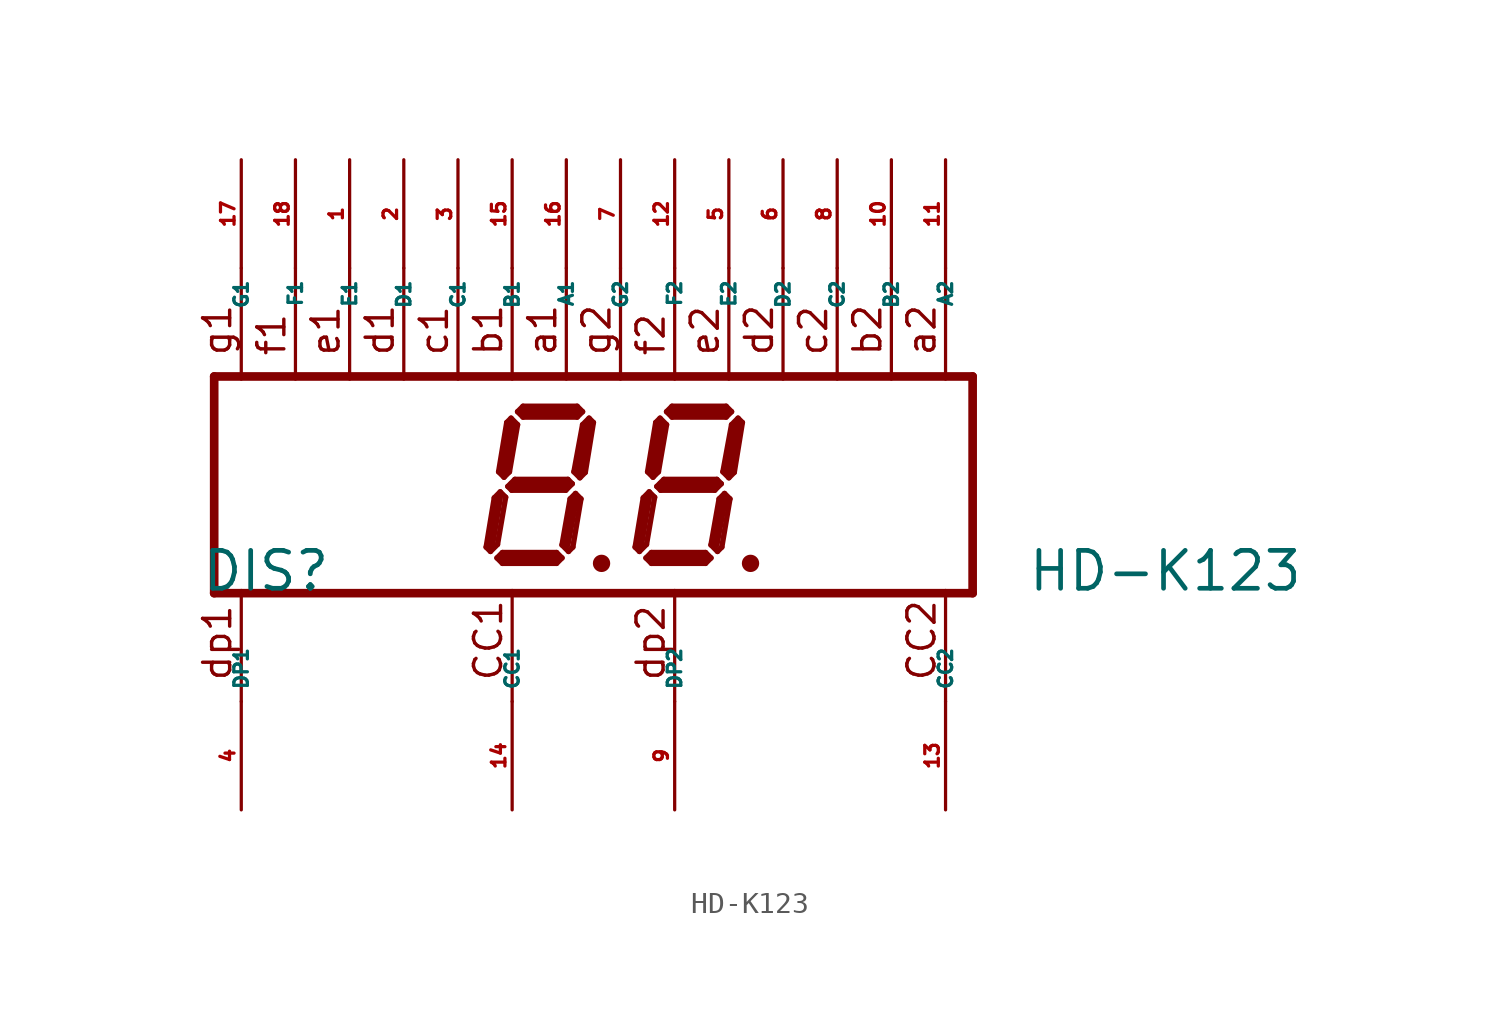
<source format=kicad_sym>
(kicad_symbol_lib
  (version 20220914)
  (generator Eagle2Kicad)
  (symbol "HD-K123"
    (property "Reference" "DIS"
      (at -19.685 -5.08 0)
      (effects (font (size 1.778 1.778) (thickness 0.22)) (justify left bottom)))
    (property "Value" "HD-K123"
      (at 19.05 -5.08 0)
      (effects (font (size 1.778 1.778) (thickness 0.22)) (justify left bottom)))
    (polyline
      (pts (xy -1.016 -3.683) (xy -0.762 -3.683))
      (stroke (width 0.305) (type default))
      (fill (type none)))
    (polyline
      (pts (xy -1.473 3.124) (xy -1.778 2.819))
      (stroke (width 0.254) (type default))
      (fill (type none)))
    (polyline
      (pts (xy -1.778 2.819) (xy -2.184 0.61))
      (stroke (width 0.254) (type default))
      (fill (type none)))
    (polyline
      (pts (xy -2.184 0.61) (xy -1.905 0.33))
      (stroke (width 0.254) (type default))
      (fill (type none)))
    (polyline
      (pts (xy -1.905 0.33) (xy -1.651 0.584))
      (stroke (width 0.254) (type default))
      (fill (type none)))
    (polyline
      (pts (xy -1.651 0.584) (xy -1.27 2.921))
      (stroke (width 0.254) (type default))
      (fill (type none)))
    (polyline
      (pts (xy -1.27 2.921) (xy -1.473 3.124))
      (stroke (width 0.254) (type default))
      (fill (type none)))
    (polyline
      (pts (xy -1.778 3.429) (xy -2.032 3.175))
      (stroke (width 0.254) (type default))
      (fill (type none)))
    (polyline
      (pts (xy -2.032 3.175) (xy -4.572 3.175))
      (stroke (width 0.254) (type default))
      (fill (type none)))
    (polyline
      (pts (xy -4.572 3.175) (xy -4.826 3.429))
      (stroke (width 0.254) (type default))
      (fill (type none)))
    (polyline
      (pts (xy -4.826 3.429) (xy -4.572 3.683))
      (stroke (width 0.254) (type default))
      (fill (type none)))
    (polyline
      (pts (xy -4.572 3.683) (xy -2.032 3.683))
      (stroke (width 0.254) (type default))
      (fill (type none)))
    (polyline
      (pts (xy -2.032 3.683) (xy -1.778 3.429))
      (stroke (width 0.254) (type default))
      (fill (type none)))
    (polyline
      (pts (xy -5.131 3.124) (xy -4.826 2.819))
      (stroke (width 0.254) (type default))
      (fill (type none)))
    (polyline
      (pts (xy -4.826 2.819) (xy -5.207 0.61))
      (stroke (width 0.254) (type default))
      (fill (type none)))
    (polyline
      (pts (xy -5.207 0.61) (xy -5.461 0.356))
      (stroke (width 0.254) (type default))
      (fill (type none)))
    (polyline
      (pts (xy -5.461 0.356) (xy -5.715 0.61))
      (stroke (width 0.254) (type default))
      (fill (type none)))
    (polyline
      (pts (xy -5.715 0.61) (xy -5.334 2.921))
      (stroke (width 0.254) (type default))
      (fill (type none)))
    (polyline
      (pts (xy -5.334 2.921) (xy -5.131 3.124))
      (stroke (width 0.254) (type default))
      (fill (type none)))
    (polyline
      (pts (xy -5.283 -0.076) (xy -4.953 0.254))
      (stroke (width 0.254) (type default))
      (fill (type none)))
    (polyline
      (pts (xy -4.953 0.254) (xy -2.464 0.254))
      (stroke (width 0.254) (type default))
      (fill (type none)))
    (polyline
      (pts (xy -2.464 0.254) (xy -2.261 0.051))
      (stroke (width 0.254) (type default))
      (fill (type none)))
    (polyline
      (pts (xy -2.261 0.051) (xy -2.565 -0.254))
      (stroke (width 0.254) (type default))
      (fill (type none)))
    (polyline
      (pts (xy -2.565 -0.254) (xy -5.105 -0.254))
      (stroke (width 0.254) (type default))
      (fill (type none)))
    (polyline
      (pts (xy -5.105 -0.254) (xy -5.283 -0.076))
      (stroke (width 0.254) (type default))
      (fill (type none)))
    (polyline
      (pts (xy -5.639 -0.33) (xy -5.385 -0.584))
      (stroke (width 0.254) (type default))
      (fill (type none)))
    (polyline
      (pts (xy -6.096 -3.124) (xy -5.766 -2.794))
      (stroke (width 0.254) (type default))
      (fill (type none)))
    (polyline
      (pts (xy -5.766 -2.794) (xy -5.385 -0.584))
      (stroke (width 0.254) (type default))
      (fill (type none)))
    (polyline
      (pts (xy -5.639 -0.33) (xy -5.918 -0.61))
      (stroke (width 0.254) (type default))
      (fill (type none)))
    (polyline
      (pts (xy -5.918 -0.61) (xy -6.299 -2.921))
      (stroke (width 0.254) (type default))
      (fill (type none)))
    (polyline
      (pts (xy -6.299 -2.921) (xy -6.096 -3.124))
      (stroke (width 0.254) (type default))
      (fill (type none)))
    (polyline
      (pts (xy -5.791 -3.429) (xy -5.537 -3.175))
      (stroke (width 0.254) (type default))
      (fill (type none)))
    (polyline
      (pts (xy -5.537 -3.175) (xy -2.997 -3.175))
      (stroke (width 0.254) (type default))
      (fill (type none)))
    (polyline
      (pts (xy -2.997 -3.175) (xy -2.743 -3.429))
      (stroke (width 0.254) (type default))
      (fill (type none)))
    (polyline
      (pts (xy -2.743 -3.429) (xy -2.997 -3.683))
      (stroke (width 0.254) (type default))
      (fill (type none)))
    (polyline
      (pts (xy -2.997 -3.683) (xy -5.537 -3.683))
      (stroke (width 0.254) (type default))
      (fill (type none)))
    (polyline
      (pts (xy -5.537 -3.683) (xy -5.791 -3.429))
      (stroke (width 0.254) (type default))
      (fill (type none)))
    (polyline
      (pts (xy -2.108 -0.406) (xy -2.362 -0.66))
      (stroke (width 0.254) (type default))
      (fill (type none)))
    (polyline
      (pts (xy -2.362 -0.66) (xy -2.743 -2.819))
      (stroke (width 0.254) (type default))
      (fill (type none)))
    (polyline
      (pts (xy -2.743 -2.819) (xy -2.438 -3.124))
      (stroke (width 0.254) (type default))
      (fill (type none)))
    (polyline
      (pts (xy -2.438 -3.124) (xy -2.235 -2.921))
      (stroke (width 0.254) (type default))
      (fill (type none)))
    (polyline
      (pts (xy -2.235 -2.921) (xy -1.854 -0.66))
      (stroke (width 0.254) (type default))
      (fill (type none)))
    (polyline
      (pts (xy -1.854 -0.66) (xy -2.108 -0.406))
      (stroke (width 0.254) (type default))
      (fill (type none)))
    (polyline
      (pts (xy -1.524 2.794) (xy -1.905 0.635))
      (stroke (width 0.406) (type default))
      (fill (type none)))
    (polyline
      (pts (xy -2.032 3.429) (xy -4.572 3.429))
      (stroke (width 0.406) (type default))
      (fill (type none)))
    (polyline
      (pts (xy -5.08 2.794) (xy -5.461 0.635))
      (stroke (width 0.406) (type default))
      (fill (type none)))
    (polyline
      (pts (xy -5.08 0) (xy -2.54 0))
      (stroke (width 0.406) (type default))
      (fill (type none)))
    (polyline
      (pts (xy -2.159 -0.762) (xy -2.54 -2.794))
      (stroke (width 0.406) (type default))
      (fill (type none)))
    (polyline
      (pts (xy -3.048 -3.429) (xy -5.461 -3.429))
      (stroke (width 0.406) (type default))
      (fill (type none)))
    (polyline
      (pts (xy -6.096 -2.921) (xy -5.715 -0.635))
      (stroke (width 0.406) (type default))
      (fill (type none)))
    (polyline
      (pts (xy -19.05 5.08) (xy -19.05 -5.08))
      (stroke (width 0.406) (type default))
      (fill (type none)))
    (polyline
      (pts (xy -5.08 4.953) (xy -5.08 10.16))
      (stroke (width 0.152) (type default))
      (fill (type none)))
    (polyline
      (pts (xy -17.78 4.953) (xy -17.78 10.16))
      (stroke (width 0.152) (type default))
      (fill (type none)))
    (polyline
      (pts (xy -10.16 4.953) (xy -10.16 10.16))
      (stroke (width 0.152) (type default))
      (fill (type none)))
    (polyline
      (pts (xy -15.24 4.953) (xy -15.24 10.16))
      (stroke (width 0.152) (type default))
      (fill (type none)))
    (polyline
      (pts (xy -2.54 4.953) (xy -2.54 10.16))
      (stroke (width 0.152) (type default))
      (fill (type none)))
    (polyline
      (pts (xy -5.08 -10.16) (xy -5.08 -4.953))
      (stroke (width 0.152) (type default))
      (fill (type none)))
    (polyline
      (pts (xy -12.7 4.953) (xy -12.7 10.16))
      (stroke (width 0.152) (type default))
      (fill (type none)))
    (polyline
      (pts (xy -7.62 4.953) (xy -7.62 10.16))
      (stroke (width 0.152) (type default))
      (fill (type none)))
    (polyline
      (pts (xy -17.78 -10.16) (xy -17.78 -4.953))
      (stroke (width 0.152) (type default))
      (fill (type none)))
    (polyline
      (pts (xy 5.969 -3.683) (xy 6.223 -3.683))
      (stroke (width 0.305) (type default))
      (fill (type none)))
    (polyline
      (pts (xy 5.512 3.124) (xy 5.207 2.819))
      (stroke (width 0.254) (type default))
      (fill (type none)))
    (polyline
      (pts (xy 5.207 2.819) (xy 4.801 0.61))
      (stroke (width 0.254) (type default))
      (fill (type none)))
    (polyline
      (pts (xy 4.801 0.61) (xy 5.08 0.33))
      (stroke (width 0.254) (type default))
      (fill (type none)))
    (polyline
      (pts (xy 5.08 0.33) (xy 5.334 0.584))
      (stroke (width 0.254) (type default))
      (fill (type none)))
    (polyline
      (pts (xy 5.334 0.584) (xy 5.715 2.921))
      (stroke (width 0.254) (type default))
      (fill (type none)))
    (polyline
      (pts (xy 5.715 2.921) (xy 5.512 3.124))
      (stroke (width 0.254) (type default))
      (fill (type none)))
    (polyline
      (pts (xy 5.207 3.429) (xy 4.953 3.175))
      (stroke (width 0.254) (type default))
      (fill (type none)))
    (polyline
      (pts (xy 4.953 3.175) (xy 2.413 3.175))
      (stroke (width 0.254) (type default))
      (fill (type none)))
    (polyline
      (pts (xy 2.413 3.175) (xy 2.159 3.429))
      (stroke (width 0.254) (type default))
      (fill (type none)))
    (polyline
      (pts (xy 2.159 3.429) (xy 2.413 3.683))
      (stroke (width 0.254) (type default))
      (fill (type none)))
    (polyline
      (pts (xy 2.413 3.683) (xy 4.953 3.683))
      (stroke (width 0.254) (type default))
      (fill (type none)))
    (polyline
      (pts (xy 4.953 3.683) (xy 5.207 3.429))
      (stroke (width 0.254) (type default))
      (fill (type none)))
    (polyline
      (pts (xy 1.854 3.124) (xy 2.159 2.819))
      (stroke (width 0.254) (type default))
      (fill (type none)))
    (polyline
      (pts (xy 2.159 2.819) (xy 1.778 0.61))
      (stroke (width 0.254) (type default))
      (fill (type none)))
    (polyline
      (pts (xy 1.778 0.61) (xy 1.524 0.356))
      (stroke (width 0.254) (type default))
      (fill (type none)))
    (polyline
      (pts (xy 1.524 0.356) (xy 1.27 0.61))
      (stroke (width 0.254) (type default))
      (fill (type none)))
    (polyline
      (pts (xy 1.27 0.61) (xy 1.651 2.921))
      (stroke (width 0.254) (type default))
      (fill (type none)))
    (polyline
      (pts (xy 1.651 2.921) (xy 1.854 3.124))
      (stroke (width 0.254) (type default))
      (fill (type none)))
    (polyline
      (pts (xy 1.702 -0.076) (xy 2.032 0.254))
      (stroke (width 0.254) (type default))
      (fill (type none)))
    (polyline
      (pts (xy 2.032 0.254) (xy 4.521 0.254))
      (stroke (width 0.254) (type default))
      (fill (type none)))
    (polyline
      (pts (xy 4.521 0.254) (xy 4.724 0.051))
      (stroke (width 0.254) (type default))
      (fill (type none)))
    (polyline
      (pts (xy 4.724 0.051) (xy 4.42 -0.254))
      (stroke (width 0.254) (type default))
      (fill (type none)))
    (polyline
      (pts (xy 4.42 -0.254) (xy 1.88 -0.254))
      (stroke (width 0.254) (type default))
      (fill (type none)))
    (polyline
      (pts (xy 1.88 -0.254) (xy 1.702 -0.076))
      (stroke (width 0.254) (type default))
      (fill (type none)))
    (polyline
      (pts (xy 1.346 -0.33) (xy 1.6 -0.584))
      (stroke (width 0.254) (type default))
      (fill (type none)))
    (polyline
      (pts (xy 0.889 -3.124) (xy 1.219 -2.794))
      (stroke (width 0.254) (type default))
      (fill (type none)))
    (polyline
      (pts (xy 1.219 -2.794) (xy 1.6 -0.584))
      (stroke (width 0.254) (type default))
      (fill (type none)))
    (polyline
      (pts (xy 1.346 -0.33) (xy 1.067 -0.61))
      (stroke (width 0.254) (type default))
      (fill (type none)))
    (polyline
      (pts (xy 1.067 -0.61) (xy 0.686 -2.921))
      (stroke (width 0.254) (type default))
      (fill (type none)))
    (polyline
      (pts (xy 0.686 -2.921) (xy 0.889 -3.124))
      (stroke (width 0.254) (type default))
      (fill (type none)))
    (polyline
      (pts (xy 1.194 -3.429) (xy 1.448 -3.175))
      (stroke (width 0.254) (type default))
      (fill (type none)))
    (polyline
      (pts (xy 1.448 -3.175) (xy 3.988 -3.175))
      (stroke (width 0.254) (type default))
      (fill (type none)))
    (polyline
      (pts (xy 3.988 -3.175) (xy 4.242 -3.429))
      (stroke (width 0.254) (type default))
      (fill (type none)))
    (polyline
      (pts (xy 4.242 -3.429) (xy 3.988 -3.683))
      (stroke (width 0.254) (type default))
      (fill (type none)))
    (polyline
      (pts (xy 3.988 -3.683) (xy 1.448 -3.683))
      (stroke (width 0.254) (type default))
      (fill (type none)))
    (polyline
      (pts (xy 1.448 -3.683) (xy 1.194 -3.429))
      (stroke (width 0.254) (type default))
      (fill (type none)))
    (polyline
      (pts (xy 4.877 -0.406) (xy 4.623 -0.66))
      (stroke (width 0.254) (type default))
      (fill (type none)))
    (polyline
      (pts (xy 4.623 -0.66) (xy 4.242 -2.819))
      (stroke (width 0.254) (type default))
      (fill (type none)))
    (polyline
      (pts (xy 4.242 -2.819) (xy 4.547 -3.124))
      (stroke (width 0.254) (type default))
      (fill (type none)))
    (polyline
      (pts (xy 4.547 -3.124) (xy 4.75 -2.921))
      (stroke (width 0.254) (type default))
      (fill (type none)))
    (polyline
      (pts (xy 4.75 -2.921) (xy 5.131 -0.66))
      (stroke (width 0.254) (type default))
      (fill (type none)))
    (polyline
      (pts (xy 5.131 -0.66) (xy 4.877 -0.406))
      (stroke (width 0.254) (type default))
      (fill (type none)))
    (polyline
      (pts (xy 5.461 2.794) (xy 5.08 0.635))
      (stroke (width 0.406) (type default))
      (fill (type none)))
    (polyline
      (pts (xy 4.953 3.429) (xy 2.413 3.429))
      (stroke (width 0.406) (type default))
      (fill (type none)))
    (polyline
      (pts (xy 1.905 2.794) (xy 1.524 0.635))
      (stroke (width 0.406) (type default))
      (fill (type none)))
    (polyline
      (pts (xy 1.905 0) (xy 4.445 0))
      (stroke (width 0.406) (type default))
      (fill (type none)))
    (polyline
      (pts (xy 4.826 -0.762) (xy 4.445 -2.794))
      (stroke (width 0.406) (type default))
      (fill (type none)))
    (polyline
      (pts (xy 3.937 -3.429) (xy 1.524 -3.429))
      (stroke (width 0.406) (type default))
      (fill (type none)))
    (polyline
      (pts (xy 0.889 -2.921) (xy 1.27 -0.635))
      (stroke (width 0.406) (type default))
      (fill (type none)))
    (polyline
      (pts (xy -19.05 5.08) (xy 16.51 5.08))
      (stroke (width 0.406) (type default))
      (fill (type none)))
    (polyline
      (pts (xy 16.51 -5.08) (xy 16.51 5.08))
      (stroke (width 0.406) (type default))
      (fill (type none)))
    (polyline
      (pts (xy 12.7 4.953) (xy 12.7 10.16))
      (stroke (width 0.152) (type default))
      (fill (type none)))
    (polyline
      (pts (xy 0 4.953) (xy 0 10.16))
      (stroke (width 0.152) (type default))
      (fill (type none)))
    (polyline
      (pts (xy 7.62 4.953) (xy 7.62 10.16))
      (stroke (width 0.152) (type default))
      (fill (type none)))
    (polyline
      (pts (xy 2.54 4.953) (xy 2.54 10.16))
      (stroke (width 0.152) (type default))
      (fill (type none)))
    (polyline
      (pts (xy 15.24 4.953) (xy 15.24 10.16))
      (stroke (width 0.152) (type default))
      (fill (type none)))
    (polyline
      (pts (xy 15.24 -10.16) (xy 15.24 -4.953))
      (stroke (width 0.152) (type default))
      (fill (type none)))
    (polyline
      (pts (xy 5.08 4.953) (xy 5.08 10.16))
      (stroke (width 0.152) (type default))
      (fill (type none)))
    (polyline
      (pts (xy 10.16 4.953) (xy 10.16 10.16))
      (stroke (width 0.152) (type default))
      (fill (type none)))
    (polyline
      (pts (xy 2.54 -10.16) (xy 2.54 -4.953))
      (stroke (width 0.152) (type default))
      (fill (type none)))
    (polyline
      (pts (xy 16.51 -5.08) (xy -19.05 -5.08))
      (stroke (width 0.406) (type default))
      (fill (type none)))
    (text "dp1"
      (at -18.161 -9.271 900)
      (effects (font (size 1.27 1.27) (thickness 0.16)) (justify left bottom)))
    (text "CC1"
      (at -5.461 -9.271 900)
      (effects (font (size 1.27 1.27) (thickness 0.16)) (justify left bottom)))
    (text "dp2"
      (at 2.159 -9.271 900)
      (effects (font (size 1.27 1.27) (thickness 0.16)) (justify left bottom)))
    (text "CC2"
      (at 14.859 -9.271 900)
      (effects (font (size 1.27 1.27) (thickness 0.16)) (justify left bottom)))
    (text "a1"
      (at -2.921 5.969 900)
      (effects (font (size 1.27 1.27) (thickness 0.16)) (justify left bottom)))
    (text "b1"
      (at -5.461 5.969 900)
      (effects (font (size 1.27 1.27) (thickness 0.16)) (justify left bottom)))
    (text "c1"
      (at -8.001 5.969 900)
      (effects (font (size 1.27 1.27) (thickness 0.16)) (justify left bottom)))
    (text "d1"
      (at -10.541 5.969 900)
      (effects (font (size 1.27 1.27) (thickness 0.16)) (justify left bottom)))
    (text "e1"
      (at -13.081 5.969 900)
      (effects (font (size 1.27 1.27) (thickness 0.16)) (justify left bottom)))
    (text "f1"
      (at -15.621 5.969 900)
      (effects (font (size 1.27 1.27) (thickness 0.16)) (justify left bottom)))
    (text "g1"
      (at -18.161 5.969 900)
      (effects (font (size 1.27 1.27) (thickness 0.16)) (justify left bottom)))
    (text "a2"
      (at 14.859 5.969 900)
      (effects (font (size 1.27 1.27) (thickness 0.16)) (justify left bottom)))
    (text "b2"
      (at 12.319 5.969 900)
      (effects (font (size 1.27 1.27) (thickness 0.16)) (justify left bottom)))
    (text "c2"
      (at 9.779 5.969 900)
      (effects (font (size 1.27 1.27) (thickness 0.16)) (justify left bottom)))
    (text "d2"
      (at 7.239 5.969 900)
      (effects (font (size 1.27 1.27) (thickness 0.16)) (justify left bottom)))
    (text "e2"
      (at 4.699 5.969 900)
      (effects (font (size 1.27 1.27) (thickness 0.16)) (justify left bottom)))
    (text "f2"
      (at 2.159 5.969 900)
      (effects (font (size 1.27 1.27) (thickness 0.16)) (justify left bottom)))
    (text "g2"
      (at -0.381 5.969 900)
      (effects (font (size 1.27 1.27) (thickness 0.16)) (justify left bottom)))
    (circle
      (center -0.889 -3.683)
      (radius 0.254)
      (stroke (width 0.305) (type default))
      (fill (type none)))
    (circle
      (center 6.096 -3.683)
      (radius 0.254)
      (stroke (width 0.305) (type default))
      (fill (type none)))
    (pin passive line
      (at -17.78 15.24 270)
      (length 5.08)
      (name "G1" (effects (font (size 0.635 0.635) (thickness 0.08)) (justify left bottom)))
      (number "17" (effects (font (size 0.635 0.635) (thickness 0.08)) (justify left bottom))))
    (pin passive line
      (at -15.24 15.24 270)
      (length 5.08)
      (name "F1" (effects (font (size 0.635 0.635) (thickness 0.08)) (justify left bottom)))
      (number "18" (effects (font (size 0.635 0.635) (thickness 0.08)) (justify left bottom))))
    (pin passive line
      (at -10.16 15.24 270)
      (length 5.08)
      (name "D1" (effects (font (size 0.635 0.635) (thickness 0.08)) (justify left bottom)))
      (number "2" (effects (font (size 0.635 0.635) (thickness 0.08)) (justify left bottom))))
    (pin passive line
      (at -5.08 15.24 270)
      (length 5.08)
      (name "B1" (effects (font (size 0.635 0.635) (thickness 0.08)) (justify left bottom)))
      (number "15" (effects (font (size 0.635 0.635) (thickness 0.08)) (justify left bottom))))
    (pin passive line
      (at -2.54 15.24 270)
      (length 5.08)
      (name "A1" (effects (font (size 0.635 0.635) (thickness 0.08)) (justify left bottom)))
      (number "16" (effects (font (size 0.635 0.635) (thickness 0.08)) (justify left bottom))))
    (pin passive line
      (at -5.08 -15.24 90)
      (length 5.08)
      (name "CC1" (effects (font (size 0.635 0.635) (thickness 0.08)) (justify left bottom)))
      (number "14" (effects (font (size 0.635 0.635) (thickness 0.08)) (justify left bottom))))
    (pin passive line
      (at -7.62 15.24 270)
      (length 5.08)
      (name "C1" (effects (font (size 0.635 0.635) (thickness 0.08)) (justify left bottom)))
      (number "3" (effects (font (size 0.635 0.635) (thickness 0.08)) (justify left bottom))))
    (pin passive line
      (at -12.7 15.24 270)
      (length 5.08)
      (name "E1" (effects (font (size 0.635 0.635) (thickness 0.08)) (justify left bottom)))
      (number "1" (effects (font (size 0.635 0.635) (thickness 0.08)) (justify left bottom))))
    (pin passive line
      (at -17.78 -15.24 90)
      (length 5.08)
      (name "DP1" (effects (font (size 0.635 0.635) (thickness 0.08)) (justify left bottom)))
      (number "4" (effects (font (size 0.635 0.635) (thickness 0.08)) (justify left bottom))))
    (pin passive line
      (at 0 15.24 270)
      (length 5.08)
      (name "G2" (effects (font (size 0.635 0.635) (thickness 0.08)) (justify left bottom)))
      (number "7" (effects (font (size 0.635 0.635) (thickness 0.08)) (justify left bottom))))
    (pin passive line
      (at 2.54 15.24 270)
      (length 5.08)
      (name "F2" (effects (font (size 0.635 0.635) (thickness 0.08)) (justify left bottom)))
      (number "12" (effects (font (size 0.635 0.635) (thickness 0.08)) (justify left bottom))))
    (pin passive line
      (at 7.62 15.24 270)
      (length 5.08)
      (name "D2" (effects (font (size 0.635 0.635) (thickness 0.08)) (justify left bottom)))
      (number "6" (effects (font (size 0.635 0.635) (thickness 0.08)) (justify left bottom))))
    (pin passive line
      (at 12.7 15.24 270)
      (length 5.08)
      (name "B2" (effects (font (size 0.635 0.635) (thickness 0.08)) (justify left bottom)))
      (number "10" (effects (font (size 0.635 0.635) (thickness 0.08)) (justify left bottom))))
    (pin passive line
      (at 15.24 15.24 270)
      (length 5.08)
      (name "A2" (effects (font (size 0.635 0.635) (thickness 0.08)) (justify left bottom)))
      (number "11" (effects (font (size 0.635 0.635) (thickness 0.08)) (justify left bottom))))
    (pin passive line
      (at 15.24 -15.24 90)
      (length 5.08)
      (name "CC2" (effects (font (size 0.635 0.635) (thickness 0.08)) (justify left bottom)))
      (number "13" (effects (font (size 0.635 0.635) (thickness 0.08)) (justify left bottom))))
    (pin passive line
      (at 10.16 15.24 270)
      (length 5.08)
      (name "C2" (effects (font (size 0.635 0.635) (thickness 0.08)) (justify left bottom)))
      (number "8" (effects (font (size 0.635 0.635) (thickness 0.08)) (justify left bottom))))
    (pin passive line
      (at 5.08 15.24 270)
      (length 5.08)
      (name "E2" (effects (font (size 0.635 0.635) (thickness 0.08)) (justify left bottom)))
      (number "5" (effects (font (size 0.635 0.635) (thickness 0.08)) (justify left bottom))))
    (pin passive line
      (at 2.54 -15.24 90)
      (length 5.08)
      (name "DP2" (effects (font (size 0.635 0.635) (thickness 0.08)) (justify left bottom)))
      (number "9" (effects (font (size 0.635 0.635) (thickness 0.08)) (justify left bottom))))))
</source>
